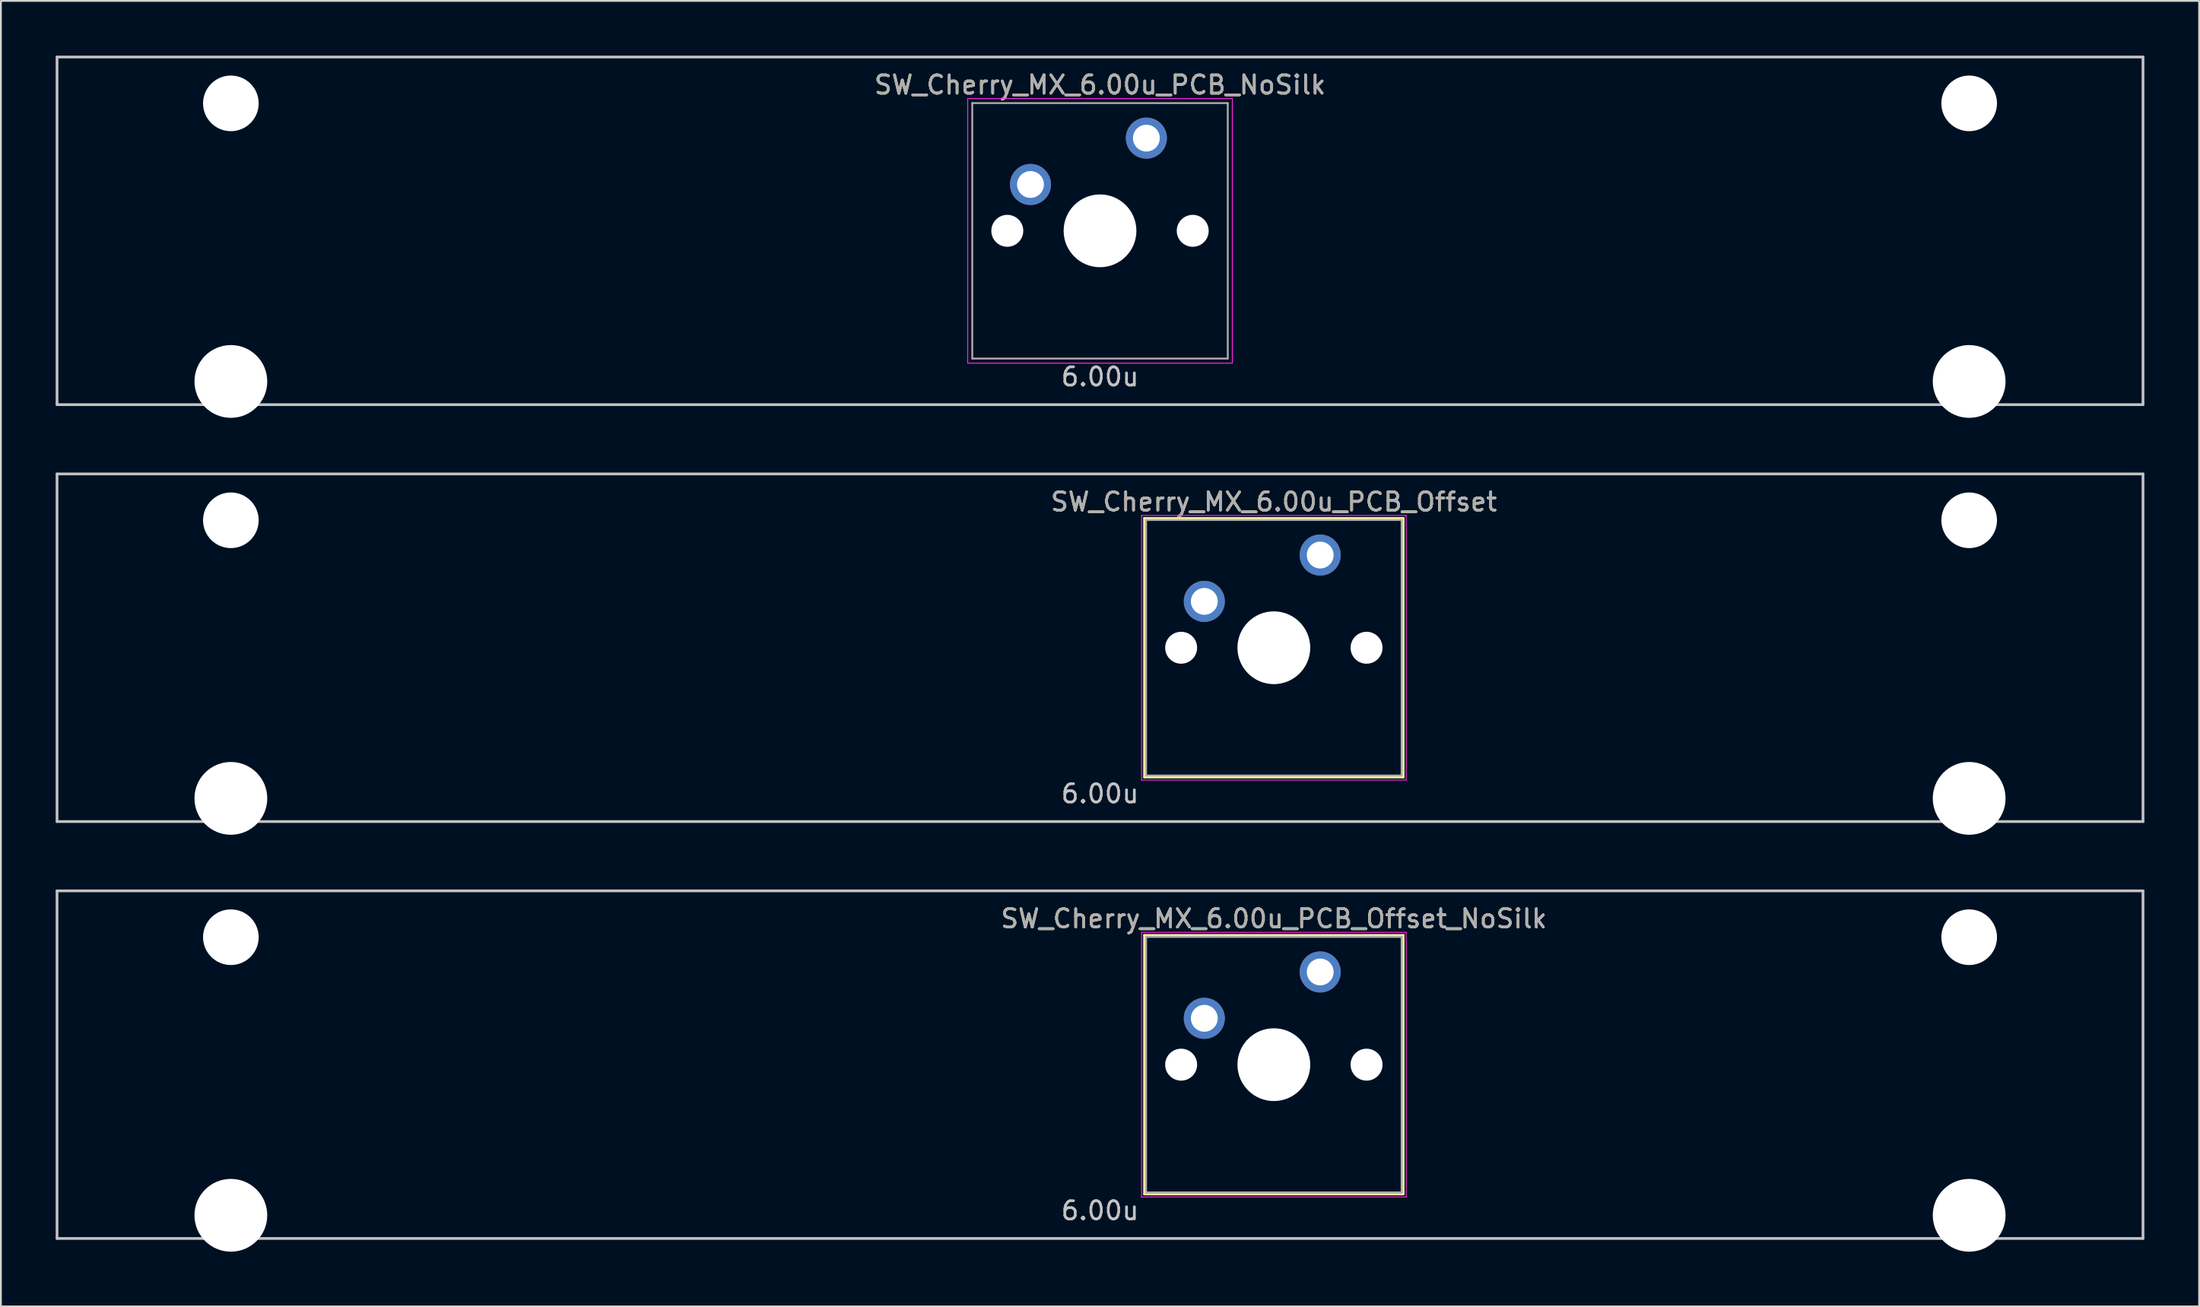
<source format=kicad_pcb>
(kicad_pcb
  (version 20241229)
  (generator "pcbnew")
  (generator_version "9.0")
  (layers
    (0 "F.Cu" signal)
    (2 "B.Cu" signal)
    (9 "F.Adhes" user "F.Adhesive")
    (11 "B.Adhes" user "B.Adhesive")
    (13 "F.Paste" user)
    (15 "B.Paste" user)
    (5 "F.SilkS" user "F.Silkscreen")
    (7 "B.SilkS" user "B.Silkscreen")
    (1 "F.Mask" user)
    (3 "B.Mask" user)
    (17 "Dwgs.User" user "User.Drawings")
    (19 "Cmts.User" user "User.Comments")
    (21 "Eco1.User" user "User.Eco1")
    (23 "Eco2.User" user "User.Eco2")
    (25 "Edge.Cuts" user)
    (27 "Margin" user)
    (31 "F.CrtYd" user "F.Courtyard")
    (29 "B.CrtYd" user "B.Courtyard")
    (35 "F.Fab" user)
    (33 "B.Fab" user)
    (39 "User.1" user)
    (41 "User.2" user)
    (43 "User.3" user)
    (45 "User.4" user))
  (footprint "SW_Cherry_MX_6.00u_PCB_Offset_NoSilk"
    (layer "F.Cu")
    (at 57.225 55.298)
    (property "Reference" "SW_Cherry_MX_6.00u_PCB_Offset_NoSilk" (at 9.525 -8 0) (layer "F.SilkS") (effects (font (size 1 1) (thickness 0.15))))
    (attr through_hole)
    (fp_line (start 2.425 -7.1) (end 16.625 -7.1) (stroke (width 0.12) (type solid)) (layer "F.SilkS"))
    (fp_line (start 2.425 7.1) (end 2.425 -7.1) (stroke (width 0.12) (type solid)) (layer "F.SilkS"))
    (fp_line (start 16.625 -7.1) (end 16.625 7.1) (stroke (width 0.12) (type solid)) (layer "F.SilkS"))
    (fp_line (start 16.625 7.1) (end 2.425 7.1) (stroke (width 0.12) (type solid)) (layer "F.SilkS"))
    (fp_line (start -57.15 -9.525) (end 57.15 -9.525) (stroke (width 0.15) (type solid)) (layer "Dwgs.User"))
    (fp_line (start -57.15 9.525) (end -57.15 -9.525) (stroke (width 0.15) (type solid)) (layer "Dwgs.User"))
    (fp_line (start -57.15 9.525) (end 57.15 9.525) (stroke (width 0.15) (type solid)) (layer "Dwgs.User"))
    (fp_line (start 57.15 -9.525) (end 57.15 9.525) (stroke (width 0.15) (type solid)) (layer "Dwgs.User"))
    (fp_line (start 2.275 -7.25) (end 16.775 -7.25) (stroke (width 0.05) (type solid)) (layer "F.CrtYd"))
    (fp_line (start 2.275 7.25) (end 2.275 -7.25) (stroke (width 0.05) (type solid)) (layer "F.CrtYd"))
    (fp_line (start 16.775 -7.25) (end 16.775 7.25) (stroke (width 0.05) (type solid)) (layer "F.CrtYd"))
    (fp_line (start 16.775 7.25) (end 2.275 7.25) (stroke (width 0.05) (type solid)) (layer "F.CrtYd"))
    (fp_line (start 2.525 -7) (end 16.525 -7) (stroke (width 0.1) (type solid)) (layer "F.Fab"))
    (fp_line (start 2.525 7) (end 2.525 -7) (stroke (width 0.1) (type solid)) (layer "F.Fab"))
    (fp_line (start 16.525 -7) (end 16.525 7) (stroke (width 0.1) (type solid)) (layer "F.Fab"))
    (fp_line (start 16.525 7) (end 2.525 7) (stroke (width 0.1) (type solid)) (layer "F.Fab"))
    (fp_text user "6.00u" (at 0 8 0) (layer "Dwgs.User") (effects (font (size 1 1) (thickness 0.15))))
    (fp_text user "${REFERENCE}" (at 9.525 -8 0) (layer "F.Fab") (effects (font (size 1 1) (thickness 0.15))))
    (pad "" np_thru_hole circle (at -47.625 -6.985) (size 3.048 3.048) (drill 3.048) (layers "*.Cu" "*.Mask"))
    (pad "" np_thru_hole circle (at -47.625 8.255) (size 3.988 3.988) (drill 3.988) (layers "*.Cu" "*.Mask"))
    (pad "" np_thru_hole circle (at 4.445 0 48.1) (size 1.75 1.75) (drill 1.75) (layers "*.Cu" "*.Mask"))
    (pad "" np_thru_hole circle (at 9.525 0) (size 3.988 3.988) (drill 3.988) (layers "*.Cu" "*.Mask"))
    (pad "" np_thru_hole circle (at 14.605 0 48.1) (size 1.75 1.75) (drill 1.75) (layers "*.Cu" "*.Mask"))
    (pad "" np_thru_hole circle (at 47.625 -6.985) (size 3.048 3.048) (drill 3.048) (layers "*.Cu" "*.Mask"))
    (pad "" np_thru_hole circle (at 47.625 8.255) (size 3.988 3.988) (drill 3.988) (layers "*.Cu" "*.Mask"))
    (pad "1" thru_hole circle (at 5.715 -2.54) (size 2.25 2.25) (drill 1.47) (layers "*.Cu" "B.Mask"))
    (pad "2" thru_hole circle (at 12.065 -5.08) (size 2.25 2.25) (drill 1.47) (layers "*.Cu" "B.Mask")))
  (footprint "SW_Cherry_MX_6.00u_PCB_Offset"
    (layer "F.Cu")
    (at 57.225 32.449)
    (property "Reference" "SW_Cherry_MX_6.00u_PCB_Offset" (at 9.525 -8 0) (layer "F.SilkS") (effects (font (size 1 1) (thickness 0.15))))
    (attr through_hole)
    (fp_line (start 2.425 -7.1) (end 16.625 -7.1) (stroke (width 0.12) (type solid)) (layer "F.SilkS"))
    (fp_line (start 2.425 7.1) (end 2.425 -7.1) (stroke (width 0.12) (type solid)) (layer "F.SilkS"))
    (fp_line (start 16.625 -7.1) (end 16.625 7.1) (stroke (width 0.12) (type solid)) (layer "F.SilkS"))
    (fp_line (start 16.625 7.1) (end 2.425 7.1) (stroke (width 0.12) (type solid)) (layer "F.SilkS"))
    (fp_line (start -57.15 -9.525) (end 57.15 -9.525) (stroke (width 0.15) (type solid)) (layer "Dwgs.User"))
    (fp_line (start -57.15 9.525) (end -57.15 -9.525) (stroke (width 0.15) (type solid)) (layer "Dwgs.User"))
    (fp_line (start -57.15 9.525) (end 57.15 9.525) (stroke (width 0.15) (type solid)) (layer "Dwgs.User"))
    (fp_line (start 57.15 -9.525) (end 57.15 9.525) (stroke (width 0.15) (type solid)) (layer "Dwgs.User"))
    (fp_line (start 2.275 -7.25) (end 16.775 -7.25) (stroke (width 0.05) (type solid)) (layer "F.CrtYd"))
    (fp_line (start 2.275 7.25) (end 2.275 -7.25) (stroke (width 0.05) (type solid)) (layer "F.CrtYd"))
    (fp_line (start 16.775 -7.25) (end 16.775 7.25) (stroke (width 0.05) (type solid)) (layer "F.CrtYd"))
    (fp_line (start 16.775 7.25) (end 2.275 7.25) (stroke (width 0.05) (type solid)) (layer "F.CrtYd"))
    (fp_line (start 2.525 -7) (end 16.525 -7) (stroke (width 0.1) (type solid)) (layer "F.Fab"))
    (fp_line (start 2.525 7) (end 2.525 -7) (stroke (width 0.1) (type solid)) (layer "F.Fab"))
    (fp_line (start 16.525 -7) (end 16.525 7) (stroke (width 0.1) (type solid)) (layer "F.Fab"))
    (fp_line (start 16.525 7) (end 2.525 7) (stroke (width 0.1) (type solid)) (layer "F.Fab"))
    (fp_text user "6.00u" (at 0 8 0) (layer "Dwgs.User") (effects (font (size 1 1) (thickness 0.15))))
    (fp_text user "${REFERENCE}" (at 9.525 -8 0) (layer "F.Fab") (effects (font (size 1 1) (thickness 0.15))))
    (pad "" np_thru_hole circle (at -47.625 -6.985) (size 3.048 3.048) (drill 3.048) (layers "*.Cu" "*.Mask"))
    (pad "" np_thru_hole circle (at -47.625 8.255) (size 3.988 3.988) (drill 3.988) (layers "*.Cu" "*.Mask"))
    (pad "" np_thru_hole circle (at 4.445 0 48.1) (size 1.75 1.75) (drill 1.75) (layers "*.Cu" "*.Mask"))
    (pad "" np_thru_hole circle (at 9.525 0) (size 3.988 3.988) (drill 3.988) (layers "*.Cu" "*.Mask"))
    (pad "" np_thru_hole circle (at 14.605 0 48.1) (size 1.75 1.75) (drill 1.75) (layers "*.Cu" "*.Mask"))
    (pad "" np_thru_hole circle (at 47.625 -6.985) (size 3.048 3.048) (drill 3.048) (layers "*.Cu" "*.Mask"))
    (pad "" np_thru_hole circle (at 47.625 8.255) (size 3.988 3.988) (drill 3.988) (layers "*.Cu" "*.Mask"))
    (pad "1" thru_hole circle (at 5.715 -2.54) (size 2.25 2.25) (drill 1.47) (layers "*.Cu" "B.Mask"))
    (pad "2" thru_hole circle (at 12.065 -5.08) (size 2.25 2.25) (drill 1.47) (layers "*.Cu" "B.Mask")))
  (footprint "SW_Cherry_MX_6.00u_PCB_NoSilk"
    (layer "F.Cu")
    (at 57.225 9.6)
    (property "Reference" "SW_Cherry_MX_6.00u_PCB_NoSilk" (at 0 -8 0) (layer "F.SilkS") (effects (font (size 1 1) (thickness 0.15))))
    (attr through_hole)
    (fp_line (start -57.15 -9.525) (end 57.15 -9.525) (stroke (width 0.15) (type solid)) (layer "Dwgs.User"))
    (fp_line (start -57.15 9.525) (end -57.15 -9.525) (stroke (width 0.15) (type solid)) (layer "Dwgs.User"))
    (fp_line (start -57.15 9.525) (end 57.15 9.525) (stroke (width 0.15) (type solid)) (layer "Dwgs.User"))
    (fp_line (start 57.15 -9.525) (end 57.15 9.525) (stroke (width 0.15) (type solid)) (layer "Dwgs.User"))
    (fp_line (start -7.25 -7.25) (end 7.25 -7.25) (stroke (width 0.05) (type solid)) (layer "F.CrtYd"))
    (fp_line (start -7.25 7.25) (end -7.25 -7.25) (stroke (width 0.05) (type solid)) (layer "F.CrtYd"))
    (fp_line (start 7.25 -7.25) (end 7.25 7.25) (stroke (width 0.05) (type solid)) (layer "F.CrtYd"))
    (fp_line (start 7.25 7.25) (end -7.25 7.25) (stroke (width 0.05) (type solid)) (layer "F.CrtYd"))
    (fp_line (start -7 -7) (end 7 -7) (stroke (width 0.1) (type solid)) (layer "F.Fab"))
    (fp_line (start -7 7) (end -7 -7) (stroke (width 0.1) (type solid)) (layer "F.Fab"))
    (fp_line (start 7 -7) (end 7 7) (stroke (width 0.1) (type solid)) (layer "F.Fab"))
    (fp_line (start 7 7) (end -7 7) (stroke (width 0.1) (type solid)) (layer "F.Fab"))
    (fp_text user "6.00u" (at 0 8 0) (layer "Dwgs.User") (effects (font (size 1 1) (thickness 0.15))))
    (fp_text user "${REFERENCE}" (at 0 -8 0) (layer "F.Fab") (effects (font (size 1 1) (thickness 0.15))))
    (pad "" np_thru_hole circle (at -47.625 -6.985) (size 3.048 3.048) (drill 3.048) (layers "*.Cu" "*.Mask"))
    (pad "" np_thru_hole circle (at -47.625 8.255) (size 3.988 3.988) (drill 3.988) (layers "*.Cu" "*.Mask"))
    (pad "" np_thru_hole circle (at -5.08 0 48.1) (size 1.75 1.75) (drill 1.75) (layers "*.Cu" "*.Mask"))
    (pad "" np_thru_hole circle (at 0 0) (size 3.988 3.988) (drill 3.988) (layers "*.Cu" "*.Mask"))
    (pad "" np_thru_hole circle (at 5.08 0 48.1) (size 1.75 1.75) (drill 1.75) (layers "*.Cu" "*.Mask"))
    (pad "" np_thru_hole circle (at 47.625 -6.985) (size 3.048 3.048) (drill 3.048) (layers "*.Cu" "*.Mask"))
    (pad "" np_thru_hole circle (at 47.625 8.255) (size 3.988 3.988) (drill 3.988) (layers "*.Cu" "*.Mask"))
    (pad "1" thru_hole circle (at -3.81 -2.54) (size 2.25 2.25) (drill 1.47) (layers "*.Cu" "B.Mask"))
    (pad "2" thru_hole circle (at 2.54 -5.08) (size 2.25 2.25) (drill 1.47) (layers "*.Cu" "B.Mask")))
  (gr_rect
    (start -3 -3)
    (end 117.45 68.547)
    (stroke (width 0.1) (type default))
    (fill no)
    (layer "Edge.Cuts")))
</source>
